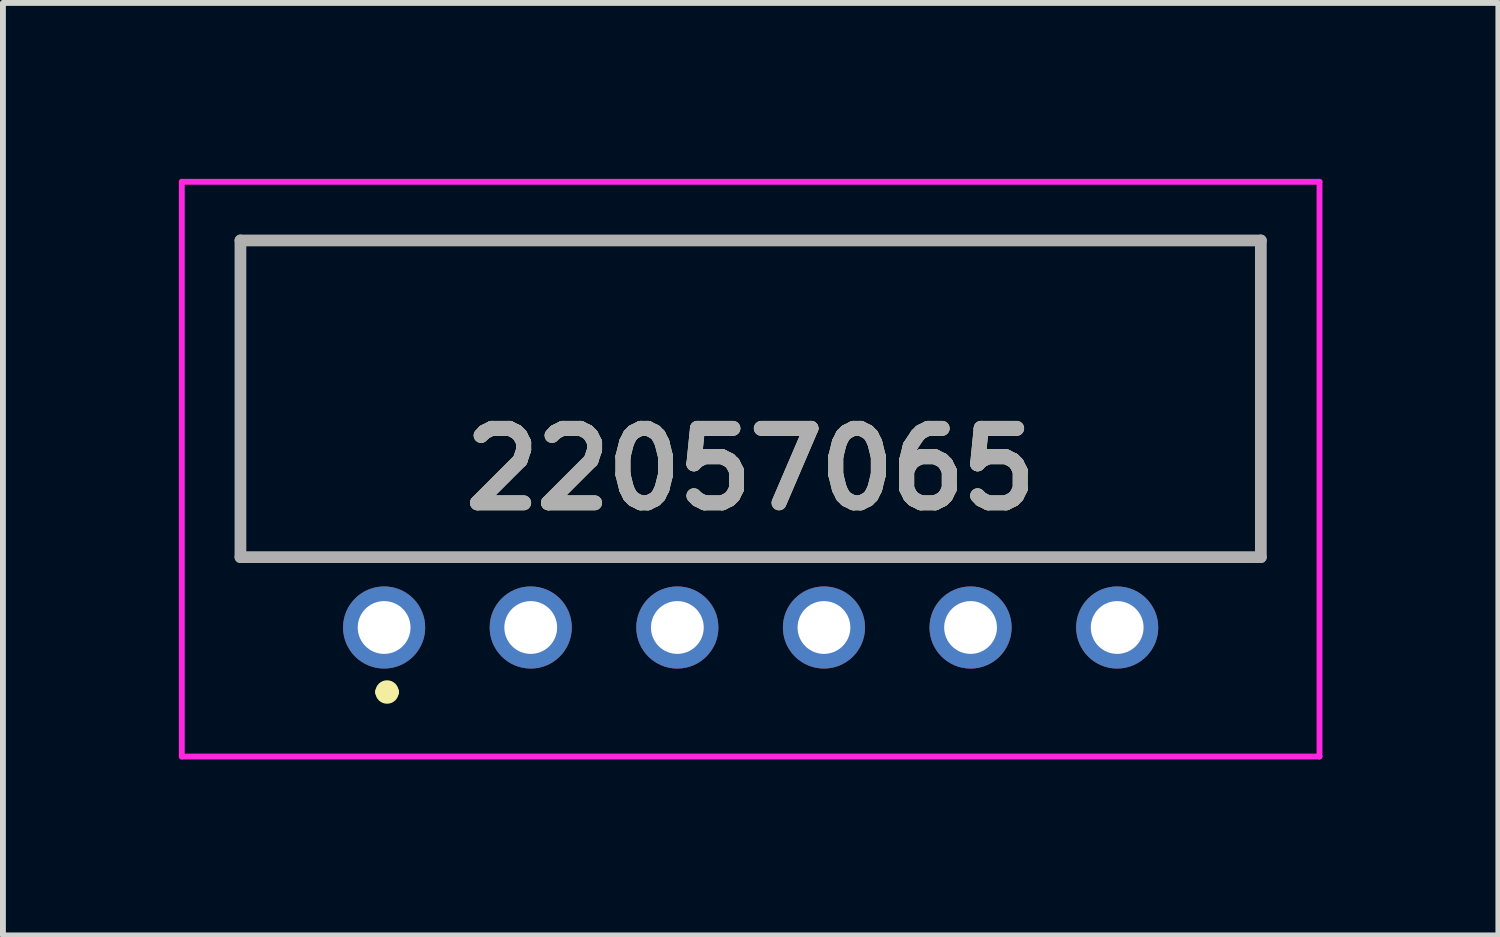
<source format=kicad_pcb>
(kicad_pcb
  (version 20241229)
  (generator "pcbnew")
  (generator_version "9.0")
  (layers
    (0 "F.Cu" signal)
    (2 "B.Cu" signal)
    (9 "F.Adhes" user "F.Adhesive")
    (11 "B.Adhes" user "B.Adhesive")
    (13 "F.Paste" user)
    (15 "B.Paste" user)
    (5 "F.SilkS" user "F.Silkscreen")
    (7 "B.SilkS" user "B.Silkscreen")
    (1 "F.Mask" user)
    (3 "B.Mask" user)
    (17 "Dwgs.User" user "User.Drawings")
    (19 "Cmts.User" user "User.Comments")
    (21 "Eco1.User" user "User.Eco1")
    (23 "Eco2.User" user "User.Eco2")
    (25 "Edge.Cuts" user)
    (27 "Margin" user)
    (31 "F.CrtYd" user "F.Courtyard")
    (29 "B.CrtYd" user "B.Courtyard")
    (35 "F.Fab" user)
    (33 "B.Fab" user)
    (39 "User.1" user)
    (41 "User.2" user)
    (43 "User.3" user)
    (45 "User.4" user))
  (footprint "22057065"
    (layer "F.Cu")
    (at 9.75 4.95)
    (property "Reference" "22057065" (at 0 0 0) (layer "F.SilkS") (effects (font (size 1.27 1.27) (thickness 0.254))))
    (attr through_hole)
    (fp_line (start -8.7 -3.9) (end 8.7 -3.9) (stroke (width 0.1) (type solid)) (layer "F.SilkS"))
    (fp_line (start -8.7 1.5) (end -8.7 -3.9) (stroke (width 0.1) (type solid)) (layer "F.SilkS"))
    (fp_line (start -6.3 3.8) (end -6.3 3.8) (stroke (width 0.2) (type solid)) (layer "F.SilkS"))
    (fp_line (start -6.1 3.8) (end -6.1 3.8) (stroke (width 0.2) (type solid)) (layer "F.SilkS"))
    (fp_line (start 8.7 -3.9) (end 8.7 1.5) (stroke (width 0.1) (type solid)) (layer "F.SilkS"))
    (fp_line (start 8.7 1.5) (end -8.7 1.5) (stroke (width 0.1) (type solid)) (layer "F.SilkS"))
    (fp_arc (start -6.3 3.8) (mid -6.2 3.7) (end -6.1 3.8) (stroke (width 0.2) (type solid)) (layer "F.SilkS"))
    (fp_arc (start -6.1 3.8) (mid -6.2 3.9) (end -6.3 3.8) (stroke (width 0.2) (type solid)) (layer "F.SilkS"))
    (fp_line (start -9.7 -4.9) (end 9.7 -4.9) (stroke (width 0.1) (type solid)) (layer "F.CrtYd"))
    (fp_line (start -9.7 4.9) (end -9.7 -4.9) (stroke (width 0.1) (type solid)) (layer "F.CrtYd"))
    (fp_line (start 9.7 -4.9) (end 9.7 4.9) (stroke (width 0.1) (type solid)) (layer "F.CrtYd"))
    (fp_line (start 9.7 4.9) (end -9.7 4.9) (stroke (width 0.1) (type solid)) (layer "F.CrtYd"))
    (fp_line (start -8.7 -3.9) (end 8.7 -3.9) (stroke (width 0.2) (type solid)) (layer "F.Fab"))
    (fp_line (start -8.7 1.5) (end -8.7 -3.9) (stroke (width 0.2) (type solid)) (layer "F.Fab"))
    (fp_line (start 8.7 -3.9) (end 8.7 1.5) (stroke (width 0.2) (type solid)) (layer "F.Fab"))
    (fp_line (start 8.7 1.5) (end -8.7 1.5) (stroke (width 0.2) (type solid)) (layer "F.Fab"))
    (fp_text user "${REFERENCE}" (at 0 0 0) (layer "F.Fab") (effects (font (size 1.27 1.27) (thickness 0.254))))
    (pad "1" thru_hole circle (at -6.25 2.7) (size 1.4 1.4) (drill 0.9) (layers "*.Cu" "*.Mask"))
    (pad "2" thru_hole circle (at -3.75 2.7) (size 1.4 1.4) (drill 0.9) (layers "*.Cu" "*.Mask"))
    (pad "3" thru_hole circle (at -1.25 2.7) (size 1.4 1.4) (drill 0.9) (layers "*.Cu" "*.Mask"))
    (pad "4" thru_hole circle (at 1.25 2.7) (size 1.4 1.4) (drill 0.9) (layers "*.Cu" "*.Mask"))
    (pad "5" thru_hole circle (at 3.75 2.7) (size 1.4 1.4) (drill 0.9) (layers "*.Cu" "*.Mask"))
    (pad "6" thru_hole circle (at 6.25 2.7) (size 1.4 1.4) (drill 0.9) (layers "*.Cu" "*.Mask")))
  (gr_rect
    (start -3 -3)
    (end 22.5 12.9)
    (stroke (width 0.1) (type default))
    (fill no)
    (layer "Edge.Cuts")))
</source>
